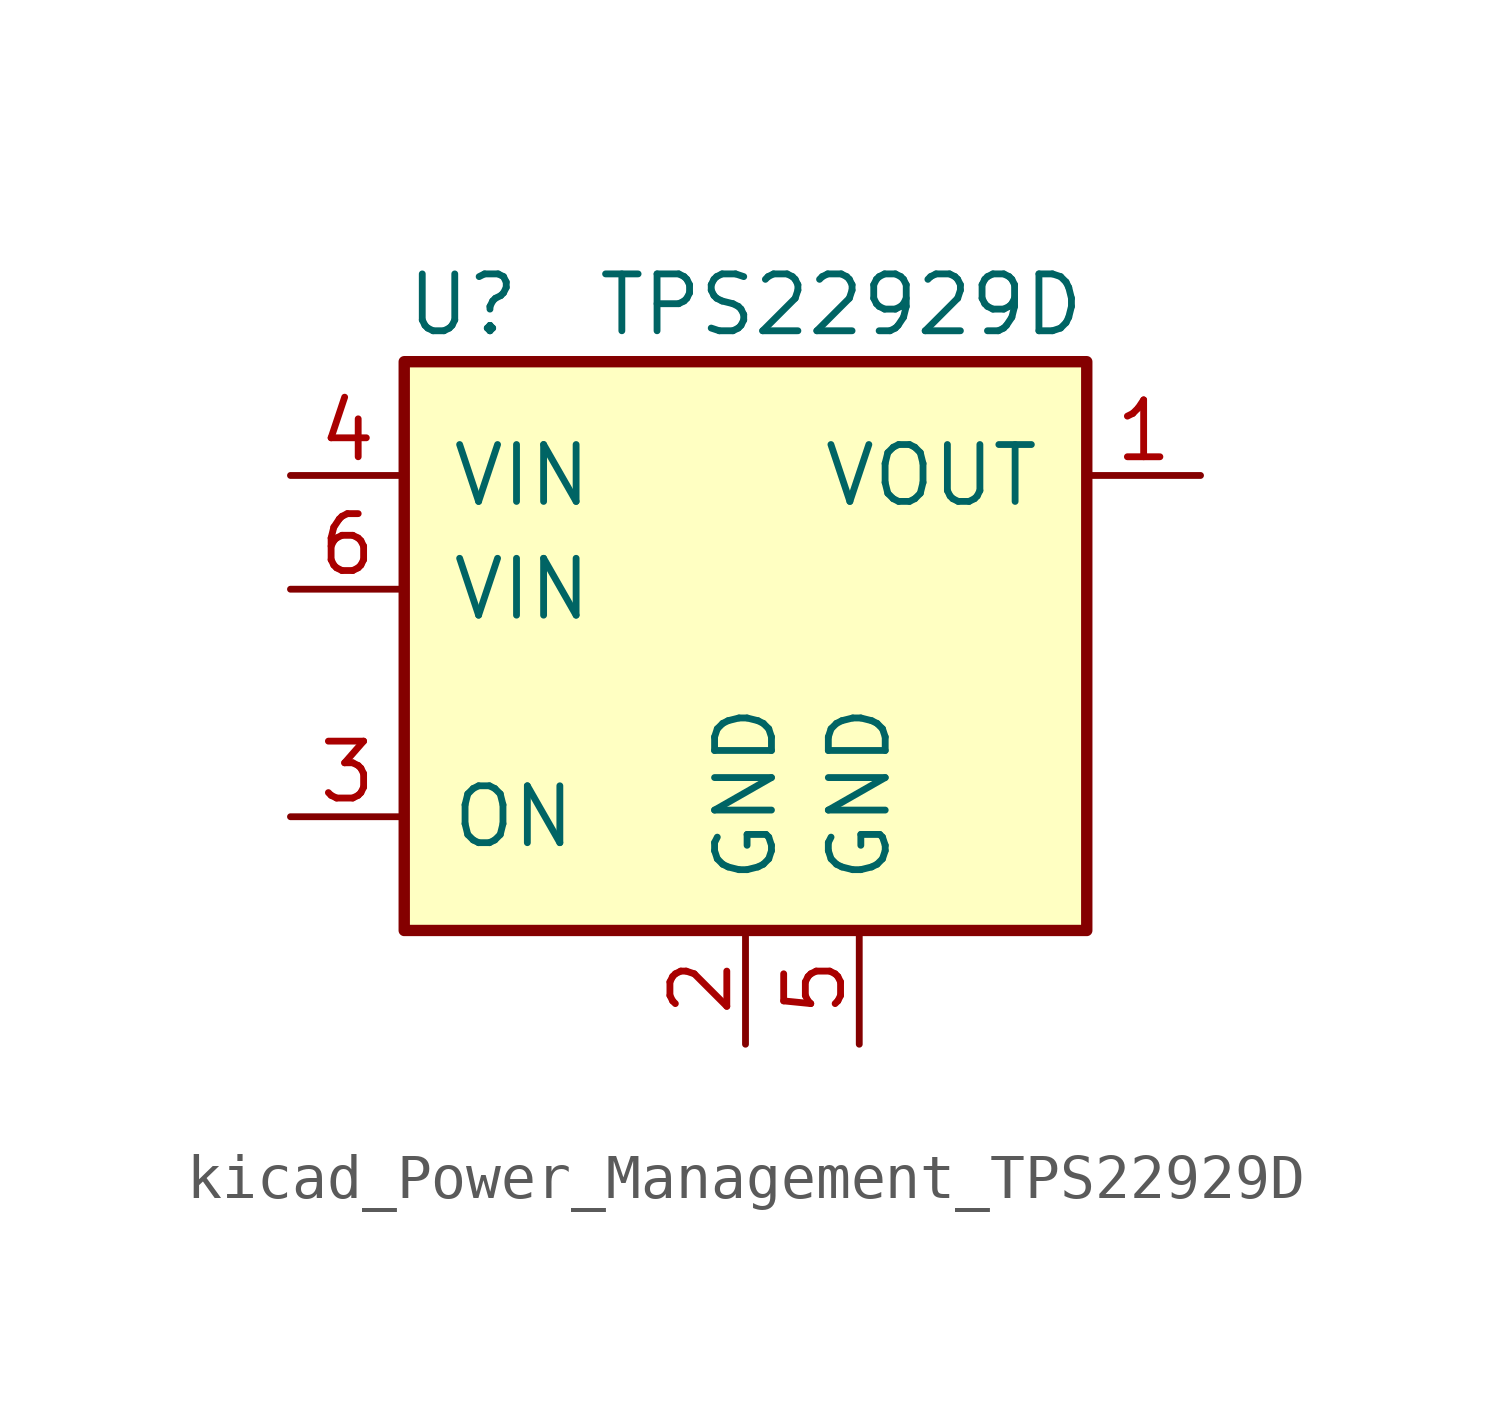
<source format=kicad_sym>
(kicad_symbol_lib
  (version 20220914)
  (generator kicad_symbol_editor)
  (symbol "kicad_Power_Management_TPS22929D"
    (pin_names
      (offset 1.016))
    (property "Reference" "U"
      (at -7.62 8.89 0)
      (effects (font (size 1.27 1.27)) (justify left)))
    (property "Value" "TPS22929D"
      (at 7.62 8.89 0)
      (effects (font (size 1.27 1.27)) (justify right)))
    (symbol "kicad_Power_Management_TPS22929D_0_1"
      (rectangle (start -7.62 7.62) (end 7.62 -5.08) (stroke (width 0.254) (type default)) (fill (type background))))
    (symbol "kicad_Power_Management_TPS22929D_1_1"
      (pin power_out line (at 10.16 5.08 180) (length 2.54) (name "VOUT" (effects (font (size 1.27 1.27)))) (number "1" (effects (font (size 1.27 1.27)))))
      (pin power_in line (at 0 -7.62 90) (length 2.54) (name "GND" (effects (font (size 1.27 1.27)))) (number "2" (effects (font (size 1.27 1.27)))))
      (pin input line (at -10.16 -2.54 0) (length 2.54) (name "ON" (effects (font (size 1.27 1.27)))) (number "3" (effects (font (size 1.27 1.27)))))
      (pin power_in line (at -10.16 5.08 0) (length 2.54) (name "VIN" (effects (font (size 1.27 1.27)))) (number "4" (effects (font (size 1.27 1.27)))))
      (pin power_in line (at 2.54 -7.62 90) (length 2.54) (name "GND" (effects (font (size 1.27 1.27)))) (number "5" (effects (font (size 1.27 1.27)))))
      (pin power_in line (at -10.16 2.54 0) (length 2.54) (name "VIN" (effects (font (size 1.27 1.27)))) (number "6" (effects (font (size 1.27 1.27))))))))
</source>
